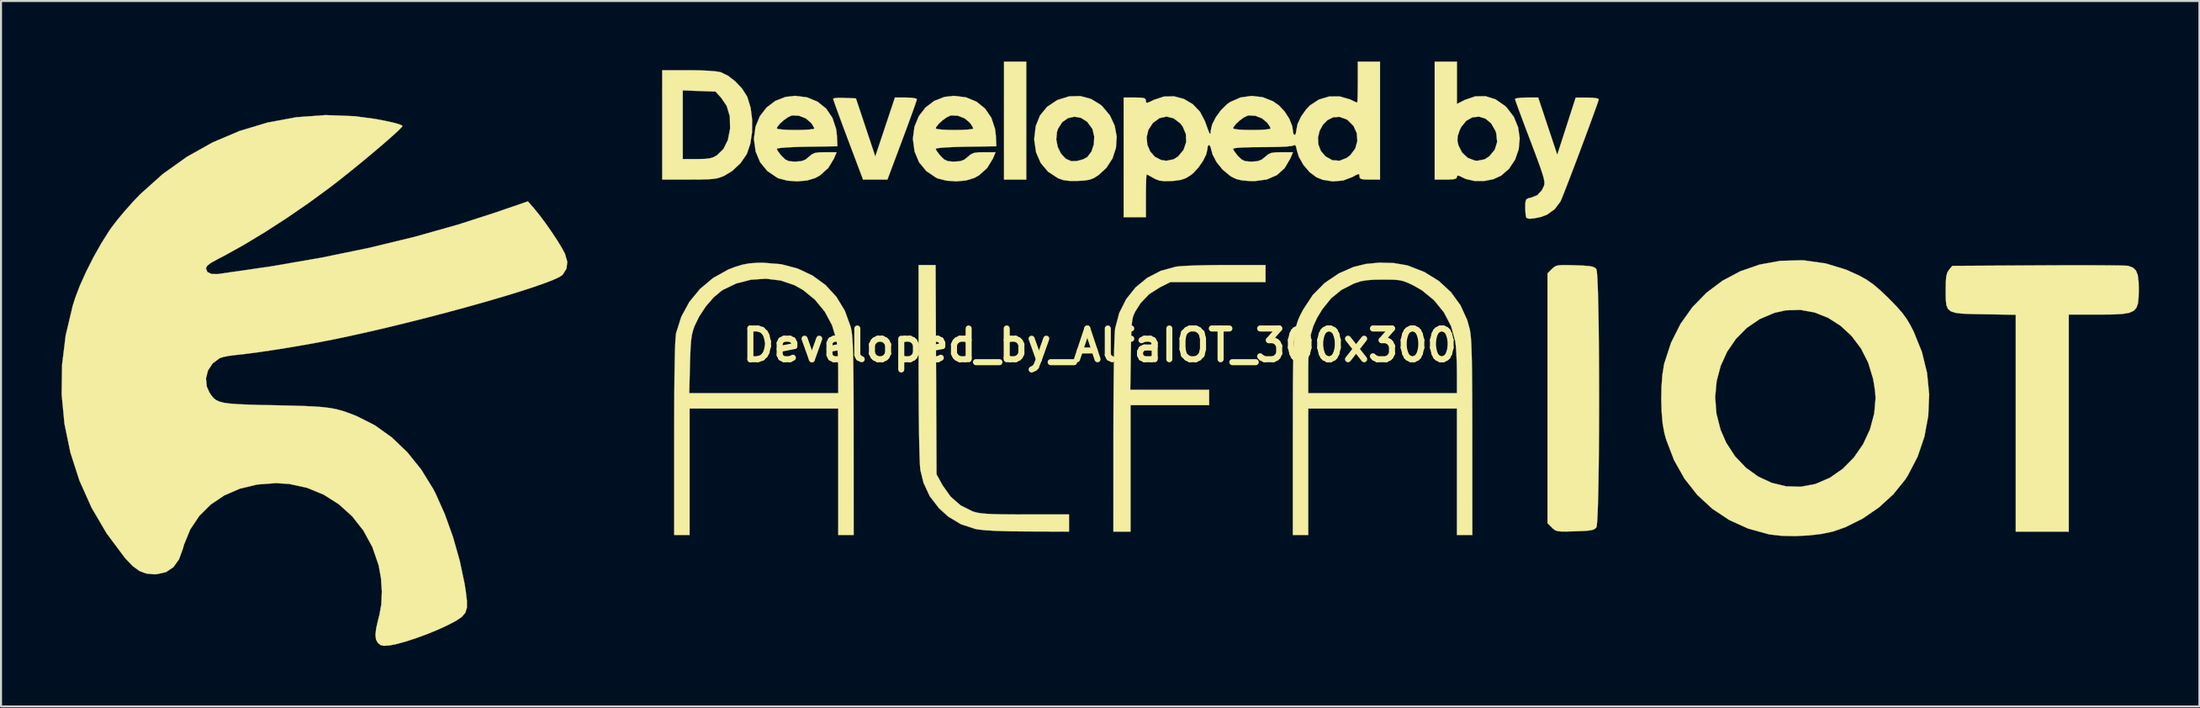
<source format=kicad_pcb>
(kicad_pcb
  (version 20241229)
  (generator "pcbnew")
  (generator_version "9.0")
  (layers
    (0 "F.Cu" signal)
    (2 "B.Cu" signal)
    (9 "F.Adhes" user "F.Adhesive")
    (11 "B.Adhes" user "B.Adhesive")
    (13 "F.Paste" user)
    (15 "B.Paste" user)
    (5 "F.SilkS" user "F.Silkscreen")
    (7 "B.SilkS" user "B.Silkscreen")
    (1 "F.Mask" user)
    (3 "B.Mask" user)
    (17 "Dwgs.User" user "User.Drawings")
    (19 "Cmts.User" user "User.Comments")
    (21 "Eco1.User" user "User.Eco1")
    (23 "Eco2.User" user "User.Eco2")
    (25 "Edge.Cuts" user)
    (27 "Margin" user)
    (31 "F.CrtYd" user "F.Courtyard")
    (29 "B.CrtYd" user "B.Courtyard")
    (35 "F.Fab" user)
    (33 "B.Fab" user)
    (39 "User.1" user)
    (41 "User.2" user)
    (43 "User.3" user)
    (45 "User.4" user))
  (footprint "Developed_by_AlfaIOT_300x300"
    (layer "F.Cu")
    (at 51.433 14.06)
    (property "Reference" "Developed_by_AlfaIOT_300x300" (at 0 0 0) (layer "F.SilkS") (effects (font (size 1.524 1.524) (thickness 0.3))))
    (attr through_hole)
    (fp_poly (pts (xy -3.641 -8.213) (xy -4.741 -8.213) (xy -4.741 -14.055) (xy -3.641 -14.055) (xy -3.641 -8.213)) (stroke (width 0.01) (type solid)) (fill yes) (layer "F.SilkS"))
    (fp_poly (pts (xy -9.324 -12.265) (xy -9.128 -12.234) (xy -9.059 -12.193) (xy -9.088 -12.094) (xy -9.168 -11.859) (xy -9.292 -11.511) (xy -9.452 -11.072) (xy -9.639 -10.565) (xy -9.789 -10.161) (xy -10.519 -8.213) (xy -11.726 -8.213) (xy -12.467 -10.181) (xy -12.671 -10.725) (xy -12.853 -11.217) (xy -13.006 -11.634) (xy -13.121 -11.955) (xy -13.191 -12.157) (xy -13.208 -12.217) (xy -13.131 -12.248) (xy -12.928 -12.263) (xy -12.645 -12.259) (xy -12.643 -12.259) (xy -12.079 -12.234) (xy -11.599 -10.795) (xy -11.12 -9.356) (xy -10.146 -12.277) (xy -9.603 -12.277) (xy -9.324 -12.265)) (stroke (width 0.01) (type solid)) (fill yes) (layer "F.SilkS"))
    (fp_poly (pts (xy -8.109 1.206) (xy -8.086 6.392) (xy -7.783 6.943) (xy -7.387 7.5) (xy -6.89 7.932) (xy -6.307 8.225) (xy -6.246 8.245) (xy -6.079 8.29) (xy -5.871 8.324) (xy -5.599 8.349) (xy -5.242 8.366) (xy -4.776 8.376) (xy -4.179 8.381) (xy -3.673 8.382) (xy -1.524 8.382) (xy -1.524 9.229) (xy -3.577 9.222) (xy -4.433 9.214) (xy -5.125 9.194) (xy -5.659 9.164) (xy -6.04 9.122) (xy -6.159 9.1) (xy -6.871 8.867) (xy -7.5 8.491) (xy -7.964 8.072) (xy -8.42 7.48) (xy -8.729 6.817) (xy -8.885 6.181) (xy -8.904 5.97) (xy -8.922 5.602) (xy -8.937 5.086) (xy -8.95 4.435) (xy -8.961 3.659) (xy -8.968 2.769) (xy -8.973 1.778) (xy -8.974 0.826) (xy -8.975 -3.979) (xy -8.133 -3.979) (xy -8.109 1.206)) (stroke (width 0.01) (type solid)) (fill yes) (layer "F.SilkS"))
    (fp_poly (pts (xy 8.213 -3.133) (xy 3.498 -3.133) (xy 2.982 -2.875) (xy 2.448 -2.536) (xy 2.027 -2.097) (xy 1.757 -1.67) (xy 1.693 -1.538) (xy 1.644 -1.402) (xy 1.608 -1.233) (xy 1.583 -1.007) (xy 1.565 -0.696) (xy 1.552 -0.276) (xy 1.542 0.282) (xy 1.539 0.445) (xy 1.512 2.201) (xy 5.419 2.201) (xy 5.419 2.963) (xy 1.524 2.963) (xy 1.524 9.229) (xy 0.677 9.229) (xy 0.678 4.466) (xy 0.68 3.418) (xy 0.685 2.455) (xy 0.692 1.589) (xy 0.703 0.833) (xy 0.716 0.198) (xy 0.731 -0.303) (xy 0.748 -0.658) (xy 0.766 -0.847) (xy 0.968 -1.606) (xy 1.309 -2.285) (xy 1.775 -2.869) (xy 2.35 -3.342) (xy 3.02 -3.689) (xy 3.769 -3.895) (xy 3.777 -3.897) (xy 4.008 -3.92) (xy 4.375 -3.942) (xy 4.848 -3.959) (xy 5.394 -3.971) (xy 5.98 -3.978) (xy 6.244 -3.979) (xy 8.213 -3.979) (xy 8.213 -3.133)) (stroke (width 0.01) (type solid)) (fill yes) (layer "F.SilkS"))
    (fp_poly (pts (xy 48.855 -3.967) (xy 49.502 -3.965) (xy 50.051 -3.961) (xy 50.485 -3.955) (xy 50.786 -3.948) (xy 50.939 -3.94) (xy 50.95 -3.938) (xy 51.18 -3.852) (xy 51.334 -3.708) (xy 51.425 -3.478) (xy 51.468 -3.131) (xy 51.475 -2.773) (xy 51.467 -2.38) (xy 51.436 -2.08) (xy 51.359 -1.859) (xy 51.218 -1.706) (xy 50.992 -1.609) (xy 50.661 -1.554) (xy 50.205 -1.53) (xy 49.605 -1.524) (xy 49.451 -1.524) (xy 48.006 -1.524) (xy 48.006 9.229) (xy 45.381 9.229) (xy 45.381 -1.514) (xy 43.807 -1.54) (xy 43.194 -1.551) (xy 42.73 -1.57) (xy 42.393 -1.61) (xy 42.164 -1.684) (xy 42.022 -1.805) (xy 41.946 -1.987) (xy 41.916 -2.243) (xy 41.91 -2.585) (xy 41.91 -2.752) (xy 41.916 -3.147) (xy 41.939 -3.415) (xy 41.986 -3.594) (xy 42.062 -3.725) (xy 42.072 -3.737) (xy 42.234 -3.937) (xy 46.496 -3.961) (xy 47.335 -3.965) (xy 48.127 -3.967) (xy 48.855 -3.967)) (stroke (width 0.01) (type solid)) (fill yes) (layer "F.SilkS"))
    (fp_poly (pts (xy 23.3 -3.973) (xy 23.548 -3.966) (xy 23.968 -3.949) (xy 24.252 -3.926) (xy 24.432 -3.891) (xy 24.541 -3.838) (xy 24.603 -3.773) (xy 24.627 -3.655) (xy 24.65 -3.385) (xy 24.669 -2.977) (xy 24.687 -2.45) (xy 24.701 -1.819) (xy 24.714 -1.101) (xy 24.723 -0.311) (xy 24.73 0.533) (xy 24.735 1.415) (xy 24.737 2.319) (xy 24.737 3.229) (xy 24.734 4.128) (xy 24.728 4.999) (xy 24.72 5.827) (xy 24.71 6.595) (xy 24.697 7.287) (xy 24.681 7.885) (xy 24.663 8.375) (xy 24.643 8.739) (xy 24.62 8.961) (xy 24.603 9.022) (xy 24.528 9.096) (xy 24.411 9.147) (xy 24.218 9.18) (xy 23.916 9.201) (xy 23.548 9.215) (xy 23.137 9.226) (xy 22.859 9.224) (xy 22.677 9.204) (xy 22.555 9.16) (xy 22.456 9.085) (xy 22.398 9.028) (xy 22.183 8.813) (xy 22.183 -3.564) (xy 22.398 -3.779) (xy 22.5 -3.873) (xy 22.604 -3.933) (xy 22.748 -3.966) (xy 22.968 -3.977) (xy 23.3 -3.973)) (stroke (width 0.01) (type solid)) (fill yes) (layer "F.SilkS"))
    (fp_poly (pts (xy -19.87 -13.624) (xy -19.406 -13.605) (xy -19.036 -13.575) (xy -18.796 -13.536) (xy -18.776 -13.531) (xy -18.416 -13.357) (xy -18.048 -13.071) (xy -17.719 -12.718) (xy -17.48 -12.344) (xy -17.454 -12.288) (xy -17.296 -11.768) (xy -17.22 -11.174) (xy -17.226 -10.56) (xy -17.313 -9.982) (xy -17.479 -9.494) (xy -17.495 -9.463) (xy -17.798 -9.024) (xy -18.206 -8.643) (xy -18.584 -8.412) (xy -18.76 -8.336) (xy -18.932 -8.282) (xy -19.134 -8.247) (xy -19.4 -8.227) (xy -19.762 -8.217) (xy -20.256 -8.214) (xy -20.341 -8.213) (xy -21.675 -8.213) (xy -21.675 -9.229) (xy -20.659 -9.229) (xy -19.952 -9.229) (xy -19.574 -9.236) (xy -19.314 -9.266) (xy -19.12 -9.327) (xy -18.957 -9.42) (xy -18.64 -9.732) (xy -18.423 -10.172) (xy -18.313 -10.731) (xy -18.313 -10.734) (xy -18.326 -11.344) (xy -18.482 -11.864) (xy -18.752 -12.262) (xy -19.037 -12.573) (xy -19.848 -12.602) (xy -20.659 -12.632) (xy -20.659 -9.229) (xy -21.675 -9.229) (xy -21.675 -13.631) (xy -20.393 -13.631) (xy -19.87 -13.624)) (stroke (width 0.01) (type solid)) (fill yes) (layer "F.SilkS"))
    (fp_poly (pts (xy 17.695 -11.961) (xy 18.091 -12.161) (xy 18.604 -12.336) (xy 19.114 -12.343) (xy 19.607 -12.187) (xy 20.069 -11.869) (xy 20.164 -11.779) (xy 20.512 -11.323) (xy 20.725 -10.806) (xy 20.805 -10.26) (xy 20.755 -9.715) (xy 20.577 -9.2) (xy 20.274 -8.745) (xy 19.882 -8.405) (xy 19.495 -8.23) (xy 19.033 -8.142) (xy 18.559 -8.145) (xy 18.137 -8.242) (xy 18.013 -8.299) (xy 17.812 -8.398) (xy 17.719 -8.41) (xy 17.695 -8.342) (xy 17.66 -8.27) (xy 17.533 -8.229) (xy 17.283 -8.214) (xy 17.145 -8.213) (xy 16.595 -8.213) (xy 16.595 -10.135) (xy 17.719 -10.135) (xy 17.769 -9.909) (xy 17.951 -9.549) (xy 18.233 -9.287) (xy 18.579 -9.155) (xy 18.711 -9.144) (xy 19.064 -9.214) (xy 19.296 -9.362) (xy 19.571 -9.691) (xy 19.688 -10.077) (xy 19.645 -10.504) (xy 19.603 -10.63) (xy 19.391 -10.999) (xy 19.108 -11.233) (xy 18.787 -11.332) (xy 18.458 -11.295) (xy 18.154 -11.123) (xy 17.906 -10.815) (xy 17.82 -10.63) (xy 17.731 -10.353) (xy 17.719 -10.135) (xy 16.595 -10.135) (xy 16.595 -14.055) (xy 17.695 -14.055) (xy 17.695 -11.961)) (stroke (width 0.01) (type solid)) (fill yes) (layer "F.SilkS"))
    (fp_poly (pts (xy -0.434 -12.209) (xy 0.045 -11.916) (xy 0.126 -11.845) (xy 0.503 -11.393) (xy 0.741 -10.879) (xy 0.84 -10.334) (xy 0.803 -9.785) (xy 0.632 -9.261) (xy 0.327 -8.791) (xy -0.072 -8.427) (xy -0.289 -8.29) (xy -0.495 -8.209) (xy -0.752 -8.166) (xy -1.086 -8.147) (xy -1.491 -8.146) (xy -1.788 -8.183) (xy -2.039 -8.268) (xy -2.074 -8.284) (xy -2.561 -8.604) (xy -2.924 -9.033) (xy -3.153 -9.558) (xy -3.242 -10.164) (xy -3.242 -10.201) (xy -2.155 -10.201) (xy -2.081 -9.826) (xy -1.919 -9.494) (xy -1.687 -9.246) (xy -1.412 -9.124) (xy -1.121 -9.133) (xy -0.812 -9.219) (xy -0.614 -9.331) (xy -0.411 -9.598) (xy -0.293 -9.955) (xy -0.272 -10.343) (xy -0.356 -10.7) (xy -0.379 -10.749) (xy -0.626 -11.079) (xy -0.93 -11.271) (xy -1.26 -11.328) (xy -1.581 -11.255) (xy -1.862 -11.054) (xy -2.068 -10.728) (xy -2.118 -10.577) (xy -2.155 -10.201) (xy -3.242 -10.201) (xy -3.243 -10.245) (xy -3.17 -10.865) (xy -2.959 -11.389) (xy -2.611 -11.813) (xy -2.129 -12.136) (xy -2.078 -12.161) (xy -1.521 -12.335) (xy -0.965 -12.35) (xy -0.434 -12.209)) (stroke (width 0.01) (type solid)) (fill yes) (layer "F.SilkS"))
    (fp_poly (pts (xy 22.666 -9.44) (xy 23.123 -10.857) (xy 23.58 -12.274) (xy 24.151 -12.275) (xy 24.44 -12.265) (xy 24.645 -12.236) (xy 24.723 -12.194) (xy 24.723 -12.194) (xy 24.694 -12.093) (xy 24.613 -11.858) (xy 24.489 -11.512) (xy 24.331 -11.079) (xy 24.148 -10.582) (xy 23.948 -10.045) (xy 23.741 -9.49) (xy 23.534 -8.943) (xy 23.338 -8.427) (xy 23.16 -7.964) (xy 23.01 -7.579) (xy 22.896 -7.295) (xy 22.828 -7.135) (xy 22.822 -7.123) (xy 22.538 -6.746) (xy 22.154 -6.471) (xy 21.844 -6.357) (xy 21.496 -6.287) (xy 21.276 -6.272) (xy 21.153 -6.309) (xy 21.138 -6.322) (xy 21.106 -6.432) (xy 21.086 -6.654) (xy 21.082 -6.82) (xy 21.088 -7.079) (xy 21.123 -7.217) (xy 21.215 -7.281) (xy 21.367 -7.316) (xy 21.682 -7.439) (xy 21.906 -7.687) (xy 22.007 -7.9) (xy 22.029 -7.99) (xy 22.029 -8.106) (xy 21.999 -8.269) (xy 21.934 -8.498) (xy 21.828 -8.814) (xy 21.675 -9.237) (xy 21.469 -9.786) (xy 21.336 -10.137) (xy 21.128 -10.685) (xy 20.942 -11.181) (xy 20.785 -11.604) (xy 20.666 -11.93) (xy 20.594 -12.139) (xy 20.574 -12.206) (xy 20.651 -12.241) (xy 20.854 -12.267) (xy 21.14 -12.277) (xy 21.147 -12.277) (xy 21.721 -12.277) (xy 22.666 -9.44)) (stroke (width 0.01) (type solid)) (fill yes) (layer "F.SilkS"))
    (fp_poly (pts (xy -14.5 -12.286) (xy -13.978 -12.07) (xy -13.554 -11.728) (xy -13.244 -11.273) (xy -13.061 -10.722) (xy -13.02 -10.372) (xy -12.996 -9.864) (xy -14.499 -9.841) (xy -15.03 -9.828) (xy -15.464 -9.809) (xy -15.783 -9.784) (xy -15.966 -9.756) (xy -16.002 -9.736) (xy -15.95 -9.628) (xy -15.819 -9.452) (xy -15.755 -9.378) (xy -15.579 -9.207) (xy -15.405 -9.126) (xy -15.155 -9.102) (xy -15.083 -9.102) (xy -14.789 -9.122) (xy -14.582 -9.2) (xy -14.415 -9.335) (xy -14.262 -9.462) (xy -14.103 -9.533) (xy -13.88 -9.562) (xy -13.604 -9.567) (xy -13.036 -9.567) (xy -13.169 -9.25) (xy -13.452 -8.785) (xy -13.858 -8.422) (xy -14.097 -8.289) (xy -14.502 -8.168) (xy -14.984 -8.125) (xy -15.472 -8.159) (xy -15.896 -8.268) (xy -15.979 -8.305) (xy -16.465 -8.634) (xy -16.823 -9.069) (xy -17.047 -9.599) (xy -17.129 -10.21) (xy -17.129 -10.253) (xy -17.064 -10.746) (xy -16.002 -10.746) (xy -15.923 -10.715) (xy -15.709 -10.689) (xy -15.393 -10.673) (xy -15.071 -10.668) (xy -14.696 -10.674) (xy -14.394 -10.691) (xy -14.198 -10.716) (xy -14.139 -10.741) (xy -14.187 -10.853) (xy -14.303 -11.023) (xy -14.31 -11.031) (xy -14.567 -11.246) (xy -14.897 -11.375) (xy -15.226 -11.392) (xy -15.277 -11.381) (xy -15.46 -11.295) (xy -15.671 -11.142) (xy -15.862 -10.964) (xy -15.983 -10.806) (xy -16.002 -10.746) (xy -17.064 -10.746) (xy -17.052 -10.835) (xy -16.838 -11.352) (xy -16.506 -11.783) (xy -16.077 -12.108) (xy -15.569 -12.307) (xy -15.104 -12.361) (xy -14.5 -12.286)) (stroke (width 0.01) (type solid)) (fill yes) (layer "F.SilkS"))
    (fp_poly (pts (xy -6.626 -12.286) (xy -6.104 -12.07) (xy -5.68 -11.728) (xy -5.37 -11.273) (xy -5.187 -10.722) (xy -5.146 -10.372) (xy -5.122 -9.864) (xy -6.625 -9.841) (xy -7.156 -9.828) (xy -7.59 -9.809) (xy -7.909 -9.784) (xy -8.092 -9.756) (xy -8.128 -9.736) (xy -8.076 -9.628) (xy -7.945 -9.452) (xy -7.881 -9.378) (xy -7.705 -9.207) (xy -7.531 -9.126) (xy -7.281 -9.102) (xy -7.209 -9.102) (xy -6.915 -9.122) (xy -6.708 -9.2) (xy -6.541 -9.335) (xy -6.388 -9.462) (xy -6.229 -9.533) (xy -6.006 -9.562) (xy -5.73 -9.567) (xy -5.162 -9.567) (xy -5.295 -9.25) (xy -5.578 -8.785) (xy -5.984 -8.422) (xy -6.223 -8.289) (xy -6.628 -8.168) (xy -7.11 -8.125) (xy -7.598 -8.159) (xy -8.022 -8.268) (xy -8.105 -8.305) (xy -8.591 -8.634) (xy -8.949 -9.069) (xy -9.173 -9.599) (xy -9.255 -10.21) (xy -9.255 -10.253) (xy -9.19 -10.746) (xy -8.128 -10.746) (xy -8.049 -10.715) (xy -7.835 -10.689) (xy -7.519 -10.673) (xy -7.197 -10.668) (xy -6.822 -10.674) (xy -6.52 -10.691) (xy -6.324 -10.716) (xy -6.265 -10.741) (xy -6.313 -10.853) (xy -6.429 -11.023) (xy -6.436 -11.031) (xy -6.693 -11.246) (xy -7.023 -11.375) (xy -7.352 -11.392) (xy -7.403 -11.381) (xy -7.586 -11.295) (xy -7.797 -11.142) (xy -7.988 -10.964) (xy -8.109 -10.806) (xy -8.128 -10.746) (xy -9.19 -10.746) (xy -9.178 -10.835) (xy -8.964 -11.352) (xy -8.632 -11.783) (xy -8.203 -12.108) (xy -7.695 -12.307) (xy -7.23 -12.361) (xy -6.626 -12.286)) (stroke (width 0.01) (type solid)) (fill yes) (layer "F.SilkS"))
    (fp_poly (pts (xy -15.789 -4.019) (xy -14.968 -3.804) (xy -14.228 -3.456) (xy -13.583 -2.985) (xy -13.046 -2.401) (xy -12.629 -1.714) (xy -12.345 -0.931) (xy -12.322 -0.839) (xy -12.294 -0.695) (xy -12.27 -0.512) (xy -12.251 -0.277) (xy -12.234 0.025) (xy -12.221 0.407) (xy -12.211 0.883) (xy -12.204 1.467) (xy -12.198 2.172) (xy -12.195 3.012) (xy -12.194 4.001) (xy -12.193 4.551) (xy -12.192 9.398) (xy -12.954 9.398) (xy -12.954 3.133) (xy -20.32 3.133) (xy -20.32 9.398) (xy -21.082 9.398) (xy -21.082 4.619) (xy -21.08 3.39) (xy -21.075 2.371) (xy -20.337 2.371) (xy -12.954 2.371) (xy -12.954 1.282) (xy -12.961 0.819) (xy -12.98 0.372) (xy -13.008 -0.008) (xy -13.04 -0.263) (xy -13.261 -0.997) (xy -13.625 -1.672) (xy -14.111 -2.263) (xy -14.698 -2.742) (xy -15.131 -2.984) (xy -15.811 -3.213) (xy -16.542 -3.301) (xy -17.287 -3.25) (xy -18.008 -3.065) (xy -18.668 -2.747) (xy -18.745 -2.697) (xy -19.134 -2.371) (xy -19.514 -1.93) (xy -19.846 -1.426) (xy -20.076 -0.95) (xy -20.15 -0.742) (xy -20.204 -0.526) (xy -20.242 -0.268) (xy -20.269 0.065) (xy -20.289 0.508) (xy -20.302 0.953) (xy -20.337 2.371) (xy -21.075 2.371) (xy -21.075 2.329) (xy -21.066 1.433) (xy -21.054 0.699) (xy -21.039 0.125) (xy -21.019 -0.29) (xy -20.996 -0.55) (xy -20.986 -0.61) (xy -20.73 -1.417) (xy -20.329 -2.153) (xy -19.798 -2.798) (xy -19.154 -3.336) (xy -18.41 -3.751) (xy -18.095 -3.875) (xy -17.722 -3.991) (xy -17.373 -4.058) (xy -16.973 -4.088) (xy -16.679 -4.092) (xy -15.789 -4.019)) (stroke (width 0.01) (type solid)) (fill yes) (layer "F.SilkS"))
    (fp_poly (pts (xy 14.561 -4.076) (xy 15.2 -3.967) (xy 15.282 -3.944) (xy 16.09 -3.628) (xy 16.798 -3.188) (xy 17.395 -2.637) (xy 17.868 -1.989) (xy 18.203 -1.256) (xy 18.333 -0.785) (xy 18.36 -0.625) (xy 18.383 -0.414) (xy 18.403 -0.14) (xy 18.418 0.212) (xy 18.431 0.655) (xy 18.441 1.202) (xy 18.448 1.866) (xy 18.452 2.66) (xy 18.455 3.599) (xy 18.456 4.593) (xy 18.457 9.398) (xy 17.695 9.398) (xy 17.695 3.133) (xy 10.329 3.133) (xy 10.329 9.398) (xy 9.567 9.398) (xy 9.567 4.547) (xy 9.568 3.462) (xy 9.569 2.531) (xy 9.573 1.741) (xy 9.581 1.11) (xy 10.329 1.11) (xy 10.329 2.371) (xy 17.695 2.371) (xy 17.695 1.333) (xy 17.688 0.873) (xy 17.669 0.421) (xy 17.641 0.033) (xy 17.613 -0.202) (xy 17.408 -0.946) (xy 17.054 -1.628) (xy 16.569 -2.228) (xy 15.97 -2.721) (xy 15.534 -2.971) (xy 15.263 -3.099) (xy 15.044 -3.182) (xy 14.827 -3.23) (xy 14.561 -3.252) (xy 14.196 -3.257) (xy 14.012 -3.257) (xy 13.553 -3.25) (xy 13.212 -3.224) (xy 12.937 -3.175) (xy 12.679 -3.093) (xy 12.591 -3.06) (xy 11.972 -2.745) (xy 11.461 -2.329) (xy 11.03 -1.792) (xy 10.773 -1.374) (xy 10.585 -0.966) (xy 10.455 -0.531) (xy 10.376 -0.031) (xy 10.337 0.57) (xy 10.329 1.11) (xy 9.581 1.11) (xy 9.581 1.076) (xy 9.593 0.523) (xy 9.612 0.067) (xy 9.638 -0.308) (xy 9.672 -0.614) (xy 9.715 -0.867) (xy 9.77 -1.082) (xy 9.836 -1.272) (xy 9.915 -1.453) (xy 10.009 -1.638) (xy 10.079 -1.771) (xy 10.554 -2.493) (xy 11.144 -3.09) (xy 11.849 -3.564) (xy 12.564 -3.879) (xy 13.174 -4.03) (xy 13.862 -4.096) (xy 14.561 -4.076)) (stroke (width 0.01) (type solid)) (fill yes) (layer "F.SilkS"))
    (fp_poly (pts (xy 34.918 -4.205) (xy 35.97 -4.056) (xy 36.971 -3.75) (xy 37.632 -3.451) (xy 37.989 -3.251) (xy 38.318 -3.022) (xy 38.662 -2.732) (xy 39.064 -2.348) (xy 39.12 -2.292) (xy 39.484 -1.918) (xy 39.754 -1.61) (xy 39.966 -1.323) (xy 40.152 -1.012) (xy 40.324 -0.677) (xy 40.731 0.328) (xy 40.986 1.372) (xy 41.09 2.434) (xy 41.046 3.494) (xy 40.854 4.53) (xy 40.516 5.524) (xy 40.032 6.453) (xy 39.895 6.664) (xy 39.31 7.386) (xy 38.598 8.035) (xy 37.793 8.587) (xy 36.931 9.016) (xy 36.32 9.228) (xy 35.769 9.344) (xy 35.119 9.42) (xy 34.431 9.452) (xy 33.771 9.437) (xy 33.201 9.373) (xy 33.147 9.363) (xy 32.127 9.082) (xy 31.19 8.658) (xy 30.346 8.098) (xy 29.603 7.412) (xy 28.969 6.606) (xy 28.453 5.691) (xy 28.064 4.674) (xy 27.976 4.36) (xy 27.891 3.896) (xy 27.839 3.319) (xy 27.819 2.682) (xy 27.821 2.572) (xy 30.488 2.572) (xy 30.55 3.378) (xy 30.754 4.179) (xy 31.035 4.824) (xy 31.473 5.499) (xy 32.009 6.062) (xy 32.622 6.504) (xy 33.293 6.815) (xy 34.001 6.986) (xy 34.727 7.008) (xy 35.45 6.872) (xy 35.468 6.867) (xy 36.174 6.561) (xy 36.812 6.116) (xy 37.365 5.554) (xy 37.819 4.897) (xy 38.159 4.165) (xy 38.37 3.38) (xy 38.436 2.625) (xy 38.417 2.339) (xy 38.369 1.974) (xy 38.311 1.651) (xy 38.071 0.861) (xy 37.712 0.153) (xy 37.249 -0.461) (xy 36.701 -0.97) (xy 36.084 -1.363) (xy 35.413 -1.628) (xy 34.707 -1.756) (xy 33.981 -1.734) (xy 33.431 -1.612) (xy 32.698 -1.302) (xy 32.057 -0.864) (xy 31.516 -0.318) (xy 31.081 0.317) (xy 30.76 1.023) (xy 30.56 1.781) (xy 30.488 2.572) (xy 27.821 2.572) (xy 27.831 2.04) (xy 27.877 1.446) (xy 27.956 0.953) (xy 27.968 0.899) (xy 28.303 -0.127) (xy 28.771 -1.059) (xy 29.36 -1.888) (xy 30.059 -2.606) (xy 30.855 -3.203) (xy 31.737 -3.671) (xy 32.693 -4.001) (xy 33.71 -4.185) (xy 34.777 -4.213) (xy 34.918 -4.205)) (stroke (width 0.01) (type solid)) (fill yes) (layer "F.SilkS"))
    (fp_poly (pts (xy -36.895 -11.351) (xy -35.885 -11.215) (xy -35.404 -11.124) (xy -35.008 -11.036) (xy -34.72 -10.957) (xy -34.565 -10.893) (xy -34.544 -10.868) (xy -34.607 -10.782) (xy -34.785 -10.607) (xy -35.058 -10.357) (xy -35.41 -10.049) (xy -35.82 -9.698) (xy -36.271 -9.319) (xy -36.744 -8.929) (xy -37.221 -8.543) (xy -37.684 -8.175) (xy -38.114 -7.843) (xy -38.188 -7.787) (xy -39.217 -7.035) (xy -40.281 -6.304) (xy -41.347 -5.615) (xy -42.377 -4.992) (xy -43.338 -4.457) (xy -43.697 -4.271) (xy -44.026 -4.09) (xy -44.214 -3.947) (xy -44.28 -3.825) (xy -44.281 -3.812) (xy -44.208 -3.631) (xy -44.004 -3.534) (xy -43.69 -3.53) (xy -43.688 -3.531) (xy -41.044 -3.913) (xy -38.548 -4.345) (xy -36.184 -4.832) (xy -33.938 -5.376) (xy -31.795 -5.98) (xy -29.94 -6.579) (xy -28.33 -7.132) (xy -28.008 -6.762) (xy -27.751 -6.445) (xy -27.459 -6.054) (xy -27.161 -5.629) (xy -26.884 -5.211) (xy -26.656 -4.839) (xy -26.503 -4.555) (xy -26.493 -4.533) (xy -26.379 -4.138) (xy -26.419 -3.798) (xy -26.611 -3.493) (xy -26.776 -3.382) (xy -27.09 -3.238) (xy -27.54 -3.065) (xy -28.11 -2.867) (xy -28.786 -2.649) (xy -29.551 -2.415) (xy -30.392 -2.169) (xy -31.294 -1.915) (xy -32.241 -1.658) (xy -33.218 -1.401) (xy -34.21 -1.15) (xy -35.204 -0.907) (xy -36.182 -0.678) (xy -37.131 -0.467) (xy -37.888 -0.307) (xy -38.617 -0.164) (xy -39.4 -0.022) (xy -40.202 0.115) (xy -40.982 0.239) (xy -41.705 0.345) (xy -42.332 0.427) (xy -42.757 0.473) (xy -43.098 0.515) (xy -43.399 0.573) (xy -43.596 0.634) (xy -43.603 0.638) (xy -43.95 0.899) (xy -44.179 1.245) (xy -44.279 1.641) (xy -44.237 2.047) (xy -44.113 2.325) (xy -44.011 2.483) (xy -43.907 2.61) (xy -43.782 2.71) (xy -43.618 2.787) (xy -43.396 2.845) (xy -43.096 2.887) (xy -42.701 2.917) (xy -42.19 2.939) (xy -41.546 2.957) (xy -40.852 2.971) (xy -40.067 2.988) (xy -39.428 3.007) (xy -38.908 3.031) (xy -38.484 3.063) (xy -38.13 3.107) (xy -37.822 3.165) (xy -37.535 3.242) (xy -37.244 3.34) (xy -36.926 3.462) (xy -36.812 3.508) (xy -35.92 3.957) (xy -35.08 4.557) (xy -34.307 5.294) (xy -33.615 6.154) (xy -33.018 7.123) (xy -32.904 7.343) (xy -32.448 8.364) (xy -32.044 9.489) (xy -31.711 10.66) (xy -31.467 11.814) (xy -31.405 12.21) (xy -31.351 12.671) (xy -31.354 13.007) (xy -31.433 13.257) (xy -31.61 13.461) (xy -31.905 13.657) (xy -32.279 13.854) (xy -32.766 14.08) (xy -33.312 14.304) (xy -33.873 14.51) (xy -34.408 14.684) (xy -34.873 14.81) (xy -35.202 14.872) (xy -35.468 14.889) (xy -35.634 14.85) (xy -35.762 14.743) (xy -35.854 14.58) (xy -35.882 14.346) (xy -35.845 14.016) (xy -35.741 13.566) (xy -35.69 13.38) (xy -35.592 12.836) (xy -35.565 12.201) (xy -35.608 11.538) (xy -35.722 10.91) (xy -35.727 10.889) (xy -36.037 9.991) (xy -36.479 9.181) (xy -37.036 8.472) (xy -37.697 7.875) (xy -38.445 7.401) (xy -39.267 7.062) (xy -40.148 6.869) (xy -40.809 6.827) (xy -41.741 6.897) (xy -42.599 7.103) (xy -43.371 7.437) (xy -44.046 7.891) (xy -44.612 8.455) (xy -45.058 9.123) (xy -45.371 9.885) (xy -45.423 10.076) (xy -45.617 10.607) (xy -45.894 10.993) (xy -46.259 11.236) (xy -46.715 11.34) (xy -46.85 11.345) (xy -47.236 11.308) (xy -47.574 11.181) (xy -47.901 10.945) (xy -48.253 10.577) (xy -48.311 10.509) (xy -49.203 9.313) (xy -49.949 8.04) (xy -50.547 6.702) (xy -50.995 5.313) (xy -51.289 3.886) (xy -51.428 2.434) (xy -51.408 0.97) (xy -51.228 -0.493) (xy -50.885 -1.942) (xy -50.762 -2.335) (xy -50.53 -2.948) (xy -50.219 -3.639) (xy -49.855 -4.358) (xy -49.465 -5.051) (xy -49.077 -5.667) (xy -48.959 -5.837) (xy -48.667 -6.218) (xy -48.299 -6.658) (xy -47.903 -7.103) (xy -47.535 -7.488) (xy -46.426 -8.481) (xy -45.228 -9.337) (xy -43.955 -10.051) (xy -42.618 -10.619) (xy -41.231 -11.037) (xy -39.806 -11.301) (xy -38.356 -11.407) (xy -36.895 -11.351)) (stroke (width 0.01) (type solid)) (fill yes) (layer "F.SilkS"))
    (fp_poly (pts (xy 13.885 -8.213) (xy 13.377 -8.213) (xy 13.093 -8.219) (xy 12.939 -8.247) (xy 12.878 -8.308) (xy 12.869 -8.377) (xy 12.859 -8.469) (xy 12.803 -8.486) (xy 12.664 -8.423) (xy 12.509 -8.336) (xy 12.057 -8.167) (xy 11.549 -8.122) (xy 11.044 -8.203) (xy 10.745 -8.323) (xy 10.399 -8.579) (xy 10.09 -8.941) (xy 9.862 -9.349) (xy 9.767 -9.668) (xy 9.716 -9.878) (xy 9.654 -9.932) (xy 9.623 -9.911) (xy 9.502 -9.876) (xy 9.224 -9.848) (xy 8.804 -9.83) (xy 8.255 -9.822) (xy 8.069 -9.821) (xy 7.514 -9.817) (xy 7.079 -9.803) (xy 6.776 -9.782) (xy 6.621 -9.753) (xy 6.604 -9.738) (xy 6.656 -9.629) (xy 6.787 -9.452) (xy 6.851 -9.378) (xy 7.027 -9.207) (xy 7.201 -9.126) (xy 7.451 -9.102) (xy 7.523 -9.102) (xy 7.817 -9.122) (xy 8.024 -9.2) (xy 8.191 -9.335) (xy 8.344 -9.462) (xy 8.503 -9.533) (xy 8.726 -9.562) (xy 9.002 -9.567) (xy 9.57 -9.567) (xy 9.437 -9.25) (xy 9.158 -8.775) (xy 8.771 -8.431) (xy 8.278 -8.218) (xy 7.679 -8.137) (xy 7.427 -8.141) (xy 7.052 -8.172) (xy 6.781 -8.234) (xy 6.547 -8.343) (xy 6.448 -8.406) (xy 6.087 -8.707) (xy 5.788 -9.076) (xy 5.588 -9.461) (xy 5.534 -9.665) (xy 5.475 -9.871) (xy 5.403 -9.936) (xy 5.347 -9.854) (xy 5.332 -9.711) (xy 5.27 -9.448) (xy 5.11 -9.129) (xy 4.886 -8.807) (xy 4.632 -8.532) (xy 4.505 -8.43) (xy 4.261 -8.281) (xy 4.016 -8.196) (xy 3.699 -8.152) (xy 3.554 -8.142) (xy 3.204 -8.134) (xy 2.959 -8.162) (xy 2.755 -8.238) (xy 2.664 -8.288) (xy 2.467 -8.399) (xy 2.341 -8.462) (xy 2.323 -8.467) (xy 2.309 -8.387) (xy 2.298 -8.171) (xy 2.289 -7.849) (xy 2.286 -7.454) (xy 2.286 -7.408) (xy 2.286 -6.35) (xy 1.185 -6.35) (xy 1.185 -10.306) (xy 2.323 -10.306) (xy 2.357 -9.94) (xy 2.497 -9.608) (xy 2.73 -9.343) (xy 3.044 -9.18) (xy 3.302 -9.144) (xy 3.66 -9.216) (xy 3.883 -9.358) (xy 4.153 -9.685) (xy 4.282 -10.068) (xy 4.274 -10.299) (xy 10.813 -10.299) (xy 10.829 -9.956) (xy 10.955 -9.629) (xy 11.185 -9.361) (xy 11.524 -9.171) (xy 11.879 -9.145) (xy 12.233 -9.283) (xy 12.413 -9.422) (xy 12.659 -9.75) (xy 12.764 -10.127) (xy 12.734 -10.514) (xy 12.573 -10.87) (xy 12.285 -11.157) (xy 12.211 -11.203) (xy 11.874 -11.322) (xy 11.558 -11.297) (xy 11.28 -11.156) (xy 11.053 -10.925) (xy 10.892 -10.63) (xy 10.813 -10.299) (xy 4.274 -10.299) (xy 4.268 -10.468) (xy 4.109 -10.845) (xy 3.99 -10.996) (xy 3.661 -11.247) (xy 3.313 -11.335) (xy 2.965 -11.26) (xy 2.637 -11.02) (xy 2.621 -11.003) (xy 2.407 -10.671) (xy 2.323 -10.306) (xy 1.185 -10.306) (xy 1.185 -12.277) (xy 1.736 -12.277) (xy 2.035 -12.271) (xy 2.202 -12.246) (xy 2.273 -12.192) (xy 2.286 -12.119) (xy 2.298 -12.033) (xy 2.357 -12.016) (xy 2.501 -12.072) (xy 2.681 -12.161) (xy 3.178 -12.325) (xy 3.684 -12.336) (xy 4.17 -12.207) (xy 4.606 -11.95) (xy 4.964 -11.577) (xy 5.213 -11.1) (xy 5.214 -11.098) (xy 5.339 -10.748) (xy 5.42 -10.542) (xy 5.467 -10.463) (xy 5.49 -10.496) (xy 5.497 -10.624) (xy 5.498 -10.629) (xy 5.524 -10.746) (xy 6.604 -10.746) (xy 6.683 -10.715) (xy 6.897 -10.689) (xy 7.213 -10.673) (xy 7.535 -10.668) (xy 7.91 -10.674) (xy 8.212 -10.691) (xy 8.408 -10.716) (xy 8.467 -10.741) (xy 8.419 -10.853) (xy 8.303 -11.023) (xy 8.296 -11.031) (xy 8.039 -11.246) (xy 7.709 -11.375) (xy 7.38 -11.392) (xy 7.329 -11.381) (xy 7.146 -11.295) (xy 6.935 -11.142) (xy 6.744 -10.964) (xy 6.623 -10.806) (xy 6.604 -10.746) (xy 5.524 -10.746) (xy 5.569 -10.943) (xy 5.75 -11.3) (xy 6.006 -11.65) (xy 6.304 -11.944) (xy 6.46 -12.055) (xy 6.973 -12.279) (xy 7.523 -12.358) (xy 8.074 -12.294) (xy 8.585 -12.091) (xy 8.879 -11.885) (xy 9.161 -11.583) (xy 9.39 -11.225) (xy 9.534 -10.866) (xy 9.567 -10.641) (xy 9.594 -10.475) (xy 9.652 -10.414) (xy 9.714 -10.487) (xy 9.737 -10.641) (xy 9.8 -10.962) (xy 9.971 -11.327) (xy 10.218 -11.68) (xy 10.414 -11.886) (xy 10.856 -12.176) (xy 11.361 -12.327) (xy 11.888 -12.332) (xy 12.397 -12.186) (xy 12.448 -12.161) (xy 12.637 -12.071) (xy 12.748 -12.024) (xy 12.755 -12.023) (xy 12.767 -12.102) (xy 12.776 -12.318) (xy 12.782 -12.637) (xy 12.785 -13.028) (xy 12.785 -13.039) (xy 12.785 -14.055) (xy 13.885 -14.055) (xy 13.885 -8.213)) (stroke (width 0.01) (type solid)) (fill yes) (layer "F.SilkS")))
  (gr_rect
    (start -3 -3)
    (end 105.912 31.954)
    (stroke (width 0.1) (type default))
    (fill no)
    (layer "Edge.Cuts")))
</source>
